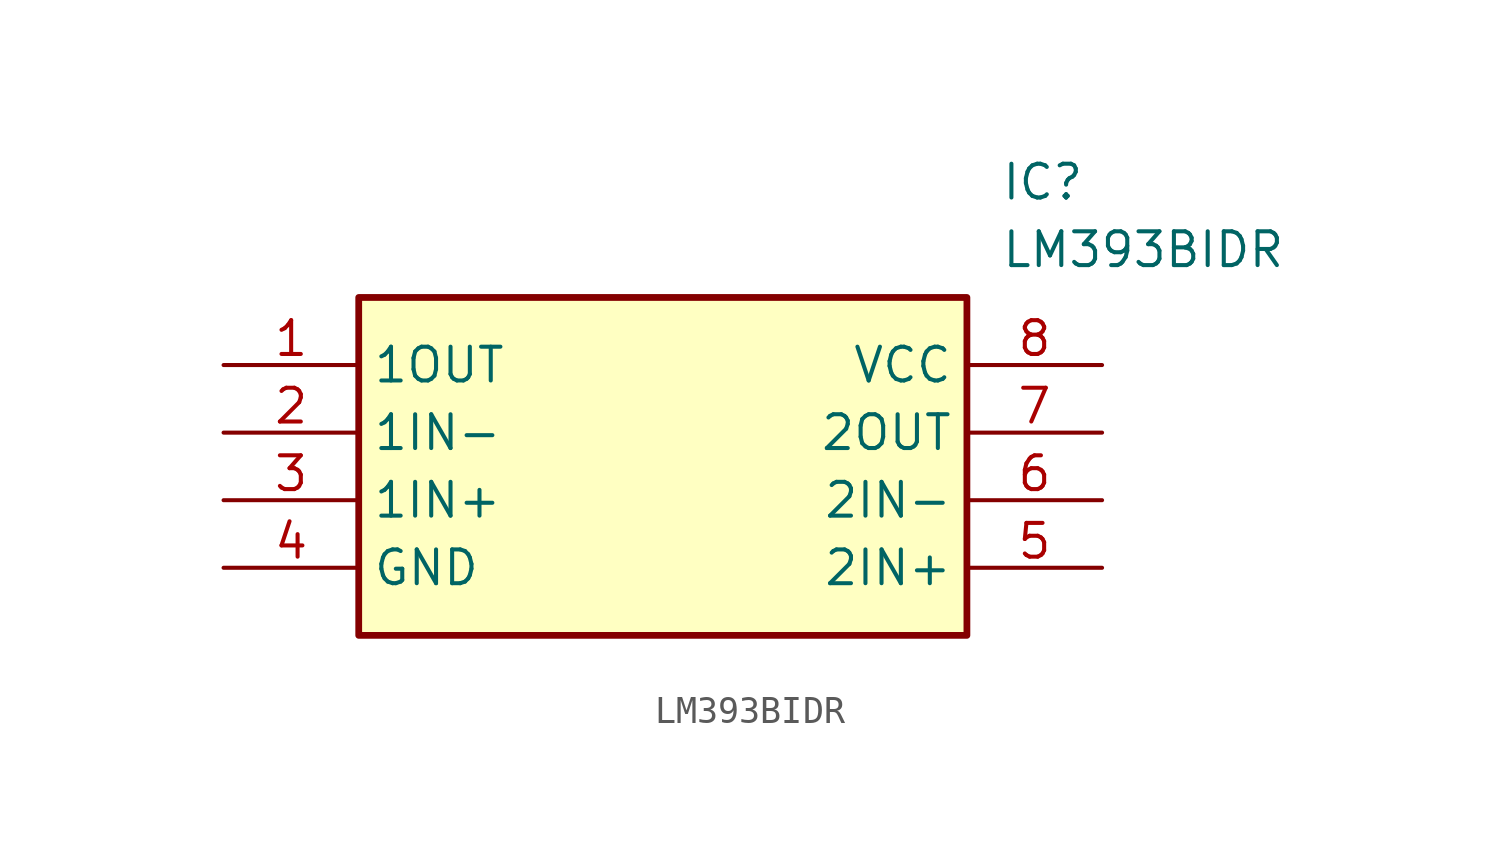
<source format=kicad_sym>
(kicad_symbol_lib
  (version 20211014)
  (generator SamacSys_ECAD_Model)
  (symbol "LM393BIDR"
    (property "Reference" "IC"
      (at 29.21 7.62 0)
      (effects (font (size 1.27 1.27)) (justify left top)))
    (property "Value" "LM393BIDR"
      (at 29.21 5.08 0)
      (effects (font (size 1.27 1.27)) (justify left top)))
    (rectangle
      (start 5.08 2.54)
      (end 27.94 -10.16)
      (stroke (width 0.254) (type default))
      (fill (type background)))
    (pin passive line
      (at 0 0 0)
      (length 5.08)
      (name "1OUT" (effects (font (size 1.27 1.27))))
      (number "1" (effects (font (size 1.27 1.27)))))
    (pin passive line
      (at 0 -2.54 0)
      (length 5.08)
      (name "1IN-" (effects (font (size 1.27 1.27))))
      (number "2" (effects (font (size 1.27 1.27)))))
    (pin passive line
      (at 0 -5.08 0)
      (length 5.08)
      (name "1IN+" (effects (font (size 1.27 1.27))))
      (number "3" (effects (font (size 1.27 1.27)))))
    (pin passive line
      (at 0 -7.62 0)
      (length 5.08)
      (name "GND" (effects (font (size 1.27 1.27))))
      (number "4" (effects (font (size 1.27 1.27)))))
    (pin passive line
      (at 33.02 0 180)
      (length 5.08)
      (name "VCC" (effects (font (size 1.27 1.27))))
      (number "8" (effects (font (size 1.27 1.27)))))
    (pin passive line
      (at 33.02 -2.54 180)
      (length 5.08)
      (name "2OUT" (effects (font (size 1.27 1.27))))
      (number "7" (effects (font (size 1.27 1.27)))))
    (pin passive line
      (at 33.02 -5.08 180)
      (length 5.08)
      (name "2IN-" (effects (font (size 1.27 1.27))))
      (number "6" (effects (font (size 1.27 1.27)))))
    (pin passive line
      (at 33.02 -7.62 180)
      (length 5.08)
      (name "2IN+" (effects (font (size 1.27 1.27))))
      (number "5" (effects (font (size 1.27 1.27)))))))
</source>
